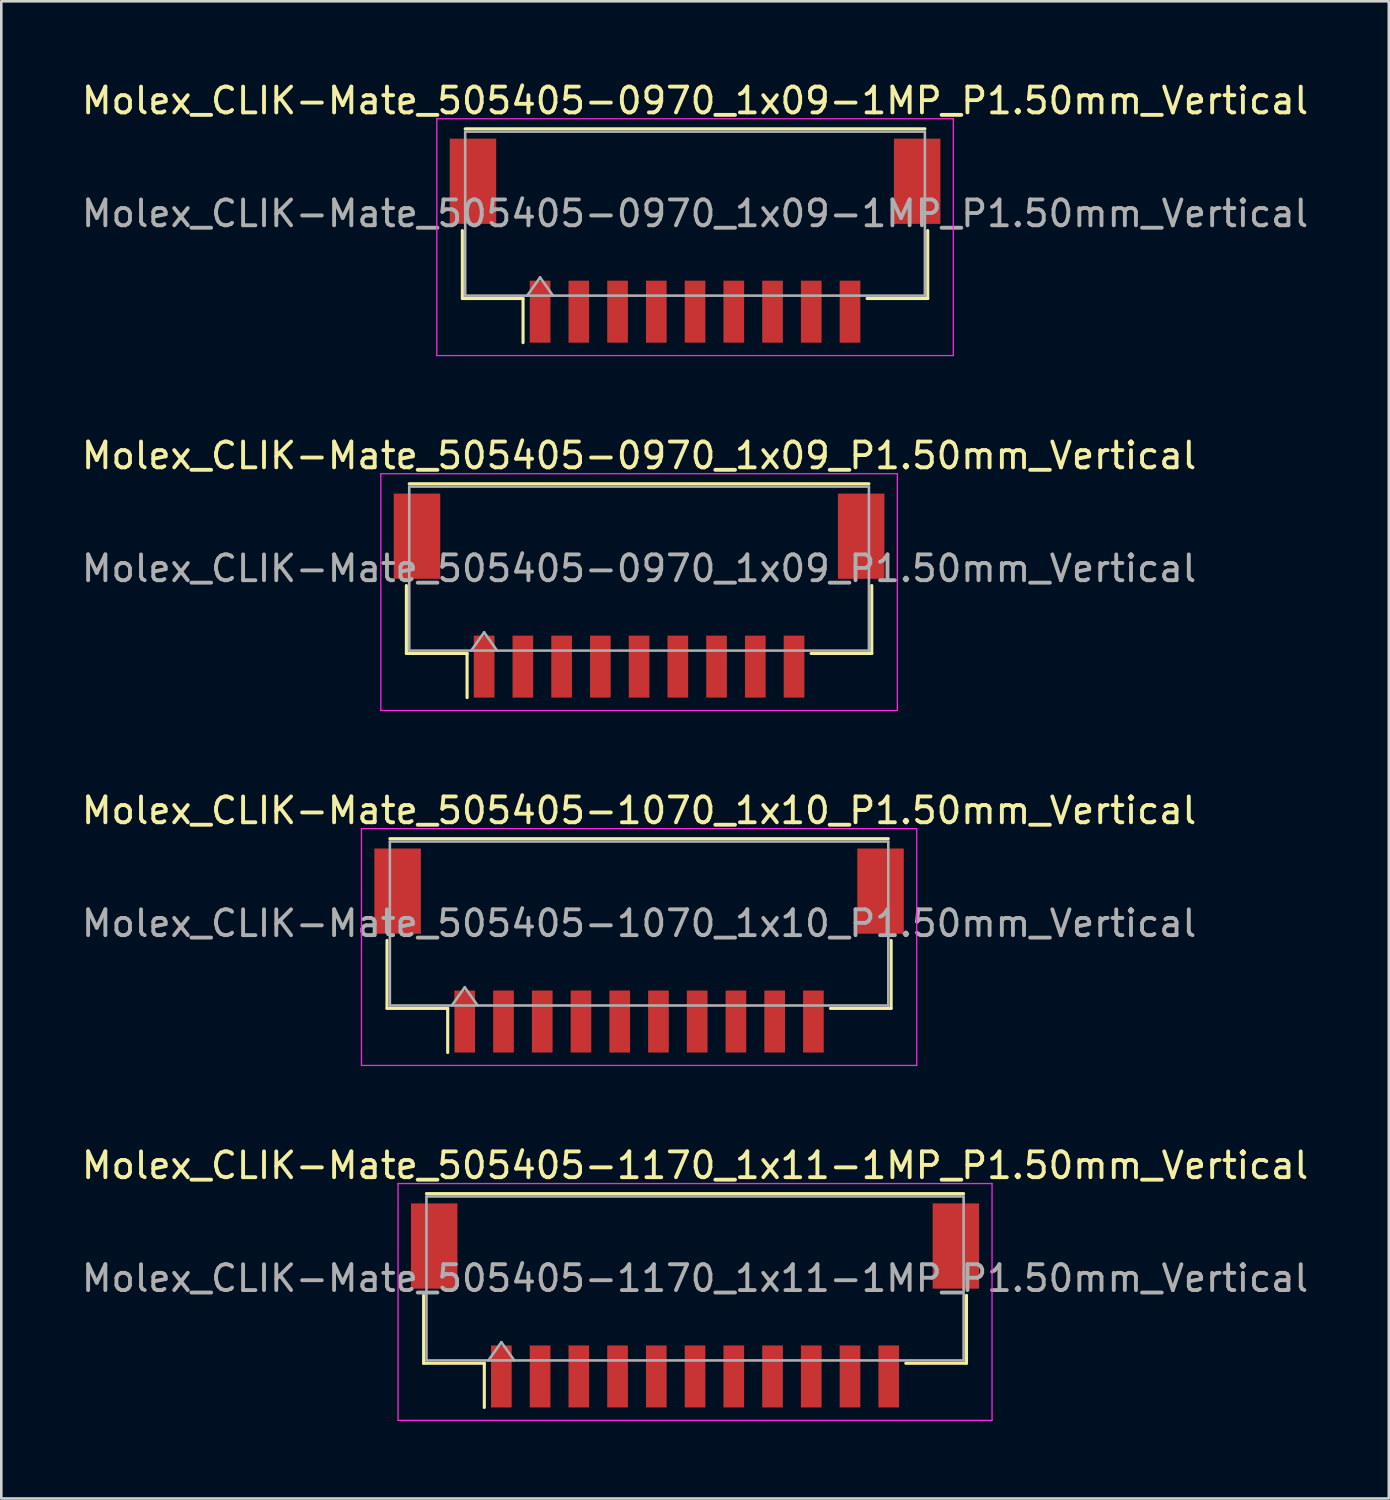
<source format=kicad_pcb>
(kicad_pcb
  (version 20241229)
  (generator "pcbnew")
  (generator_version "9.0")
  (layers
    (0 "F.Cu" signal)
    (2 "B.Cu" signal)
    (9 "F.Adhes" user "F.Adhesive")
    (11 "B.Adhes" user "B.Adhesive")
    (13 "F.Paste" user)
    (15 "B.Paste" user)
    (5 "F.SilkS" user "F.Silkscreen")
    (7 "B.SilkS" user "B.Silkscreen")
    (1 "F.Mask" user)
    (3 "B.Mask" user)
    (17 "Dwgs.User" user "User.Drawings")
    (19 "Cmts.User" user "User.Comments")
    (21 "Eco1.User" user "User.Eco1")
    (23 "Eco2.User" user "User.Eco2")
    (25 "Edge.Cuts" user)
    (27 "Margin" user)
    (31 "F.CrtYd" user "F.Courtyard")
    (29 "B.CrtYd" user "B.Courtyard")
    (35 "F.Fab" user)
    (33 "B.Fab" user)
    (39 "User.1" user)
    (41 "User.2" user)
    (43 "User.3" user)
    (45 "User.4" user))
  (footprint "Molex_CLIK-Mate_505405-0970_1x09-1MP_P1.50mm_Vertical"
    (layer "F.Cu")
    (at 23.863 6.268)
    (property "Reference" "Molex_CLIK-Mate_505405-0970_1x09-1MP_P1.50mm_Vertical" (at 0 -5.42 0) (layer "F.SilkS") (effects (font (size 1 1) (thickness 0.15))))
    (attr smd)
    (fp_line (start -9.01 -0.39) (end -9.01 2.24) (stroke (width 0.12) (type solid)) (layer "F.SilkS"))
    (fp_line (start -9.01 2.24) (end -6.66 2.24) (stroke (width 0.12) (type solid)) (layer "F.SilkS"))
    (fp_line (start -8.9 -4.33) (end 8.9 -4.33) (stroke (width 0.12) (type solid)) (layer "F.SilkS"))
    (fp_line (start -6.66 2.24) (end -6.66 3.95) (stroke (width 0.12) (type solid)) (layer "F.SilkS"))
    (fp_line (start 9.01 -0.39) (end 9.01 2.24) (stroke (width 0.12) (type solid)) (layer "F.SilkS"))
    (fp_line (start 9.01 2.24) (end 6.66 2.24) (stroke (width 0.12) (type solid)) (layer "F.SilkS"))
    (fp_line (start -10 -4.72) (end -10 4.45) (stroke (width 0.05) (type solid)) (layer "F.CrtYd"))
    (fp_line (start -10 4.45) (end 10 4.45) (stroke (width 0.05) (type solid)) (layer "F.CrtYd"))
    (fp_line (start 10 -4.72) (end -10 -4.72) (stroke (width 0.05) (type solid)) (layer "F.CrtYd"))
    (fp_line (start 10 4.45) (end 10 -4.72) (stroke (width 0.05) (type solid)) (layer "F.CrtYd"))
    (fp_line (start -8.9 -4.22) (end 8.9 -4.22) (stroke (width 0.1) (type solid)) (layer "F.Fab"))
    (fp_line (start -8.9 2.13) (end -8.9 -4.22) (stroke (width 0.1) (type solid)) (layer "F.Fab"))
    (fp_line (start -8.9 2.13) (end 8.9 2.13) (stroke (width 0.1) (type solid)) (layer "F.Fab"))
    (fp_line (start -6.5 2.13) (end -6 1.423) (stroke (width 0.1) (type solid)) (layer "F.Fab"))
    (fp_line (start -6 1.423) (end -5.5 2.13) (stroke (width 0.1) (type solid)) (layer "F.Fab"))
    (fp_line (start 8.9 2.13) (end 8.9 -4.22) (stroke (width 0.1) (type solid)) (layer "F.Fab"))
    (fp_text user "${REFERENCE}" (at 0 -1.05 0) (layer "F.Fab") (effects (font (size 1 1) (thickness 0.15))))
    (pad "1" smd rect (at -6 2.75) (size 0.8 2.4) (layers "F.Cu" "F.Mask" "F.Paste"))
    (pad "2" smd rect (at -4.5 2.75) (size 0.8 2.4) (layers "F.Cu" "F.Mask" "F.Paste"))
    (pad "3" smd rect (at -3 2.75) (size 0.8 2.4) (layers "F.Cu" "F.Mask" "F.Paste"))
    (pad "4" smd rect (at -1.5 2.75) (size 0.8 2.4) (layers "F.Cu" "F.Mask" "F.Paste"))
    (pad "5" smd rect (at 0 2.75) (size 0.8 2.4) (layers "F.Cu" "F.Mask" "F.Paste"))
    (pad "6" smd rect (at 1.5 2.75) (size 0.8 2.4) (layers "F.Cu" "F.Mask" "F.Paste"))
    (pad "7" smd rect (at 3 2.75) (size 0.8 2.4) (layers "F.Cu" "F.Mask" "F.Paste"))
    (pad "8" smd rect (at 4.5 2.75) (size 0.8 2.4) (layers "F.Cu" "F.Mask" "F.Paste"))
    (pad "9" smd rect (at 6 2.75) (size 0.8 2.4) (layers "F.Cu" "F.Mask" "F.Paste"))
    (pad "MP" smd rect (at -8.6 -2.3) (size 1.8 3.3) (layers "F.Cu" "F.Mask" "F.Paste"))
    (pad "MP" smd rect (at 8.6 -2.3) (size 1.8 3.3) (layers "F.Cu" "F.Mask" "F.Paste")))
  (footprint "Molex_CLIK-Mate_505405-1170_1x11-1MP_P1.50mm_Vertical"
    (layer "F.Cu")
    (at 23.863 47.498)
    (property "Reference" "Molex_CLIK-Mate_505405-1170_1x11-1MP_P1.50mm_Vertical" (at 0 -5.42 0) (layer "F.SilkS") (effects (font (size 1 1) (thickness 0.15))))
    (attr smd)
    (fp_line (start -10.51 -0.39) (end -10.51 2.24) (stroke (width 0.12) (type solid)) (layer "F.SilkS"))
    (fp_line (start -10.51 2.24) (end -8.16 2.24) (stroke (width 0.12) (type solid)) (layer "F.SilkS"))
    (fp_line (start -10.4 -4.33) (end 10.4 -4.33) (stroke (width 0.12) (type solid)) (layer "F.SilkS"))
    (fp_line (start -8.16 2.24) (end -8.16 3.95) (stroke (width 0.12) (type solid)) (layer "F.SilkS"))
    (fp_line (start 10.51 -0.39) (end 10.51 2.24) (stroke (width 0.12) (type solid)) (layer "F.SilkS"))
    (fp_line (start 10.51 2.24) (end 8.16 2.24) (stroke (width 0.12) (type solid)) (layer "F.SilkS"))
    (fp_line (start -11.5 -4.72) (end -11.5 4.45) (stroke (width 0.05) (type solid)) (layer "F.CrtYd"))
    (fp_line (start -11.5 4.45) (end 11.5 4.45) (stroke (width 0.05) (type solid)) (layer "F.CrtYd"))
    (fp_line (start 11.5 -4.72) (end -11.5 -4.72) (stroke (width 0.05) (type solid)) (layer "F.CrtYd"))
    (fp_line (start 11.5 4.45) (end 11.5 -4.72) (stroke (width 0.05) (type solid)) (layer "F.CrtYd"))
    (fp_line (start -10.4 -4.22) (end 10.4 -4.22) (stroke (width 0.1) (type solid)) (layer "F.Fab"))
    (fp_line (start -10.4 2.13) (end -10.4 -4.22) (stroke (width 0.1) (type solid)) (layer "F.Fab"))
    (fp_line (start -10.4 2.13) (end 10.4 2.13) (stroke (width 0.1) (type solid)) (layer "F.Fab"))
    (fp_line (start -8 2.13) (end -7.5 1.423) (stroke (width 0.1) (type solid)) (layer "F.Fab"))
    (fp_line (start -7.5 1.423) (end -7 2.13) (stroke (width 0.1) (type solid)) (layer "F.Fab"))
    (fp_line (start 10.4 2.13) (end 10.4 -4.22) (stroke (width 0.1) (type solid)) (layer "F.Fab"))
    (fp_text user "${REFERENCE}" (at 0 -1.05 0) (layer "F.Fab") (effects (font (size 1 1) (thickness 0.15))))
    (pad "1" smd rect (at -7.5 2.75) (size 0.8 2.4) (layers "F.Cu" "F.Mask" "F.Paste"))
    (pad "2" smd rect (at -6 2.75) (size 0.8 2.4) (layers "F.Cu" "F.Mask" "F.Paste"))
    (pad "3" smd rect (at -4.5 2.75) (size 0.8 2.4) (layers "F.Cu" "F.Mask" "F.Paste"))
    (pad "4" smd rect (at -3 2.75) (size 0.8 2.4) (layers "F.Cu" "F.Mask" "F.Paste"))
    (pad "5" smd rect (at -1.5 2.75) (size 0.8 2.4) (layers "F.Cu" "F.Mask" "F.Paste"))
    (pad "6" smd rect (at 0 2.75) (size 0.8 2.4) (layers "F.Cu" "F.Mask" "F.Paste"))
    (pad "7" smd rect (at 1.5 2.75) (size 0.8 2.4) (layers "F.Cu" "F.Mask" "F.Paste"))
    (pad "8" smd rect (at 3 2.75) (size 0.8 2.4) (layers "F.Cu" "F.Mask" "F.Paste"))
    (pad "9" smd rect (at 4.5 2.75) (size 0.8 2.4) (layers "F.Cu" "F.Mask" "F.Paste"))
    (pad "10" smd rect (at 6 2.75) (size 0.8 2.4) (layers "F.Cu" "F.Mask" "F.Paste"))
    (pad "11" smd rect (at 7.5 2.75) (size 0.8 2.4) (layers "F.Cu" "F.Mask" "F.Paste"))
    (pad "MP" smd rect (at -10.1 -2.3) (size 1.8 3.3) (layers "F.Cu" "F.Mask" "F.Paste"))
    (pad "MP" smd rect (at 10.1 -2.3) (size 1.8 3.3) (layers "F.Cu" "F.Mask" "F.Paste")))
  (footprint "Molex_CLIK-Mate_505405-1070_1x10_P1.50mm_Vertical"
    (layer "F.Cu")
    (at 21.696 33.755)
    (property "Reference" "Molex_CLIK-Mate_505405-1070_1x10_P1.50mm_Vertical" (at 0 -5.42 0) (layer "F.SilkS") (effects (font (size 1 1) (thickness 0.15))))
    (attr smd)
    (fp_line (start -9.76 -0.39) (end -9.76 2.24) (stroke (width 0.12) (type solid)) (layer "F.SilkS"))
    (fp_line (start -9.76 2.24) (end -7.41 2.24) (stroke (width 0.12) (type solid)) (layer "F.SilkS"))
    (fp_line (start -9.65 -4.33) (end 9.65 -4.33) (stroke (width 0.12) (type solid)) (layer "F.SilkS"))
    (fp_line (start -7.41 2.24) (end -7.41 3.95) (stroke (width 0.12) (type solid)) (layer "F.SilkS"))
    (fp_line (start 9.76 -0.39) (end 9.76 2.24) (stroke (width 0.12) (type solid)) (layer "F.SilkS"))
    (fp_line (start 9.76 2.24) (end 7.41 2.24) (stroke (width 0.12) (type solid)) (layer "F.SilkS"))
    (fp_line (start -10.75 -4.72) (end -10.75 4.45) (stroke (width 0.05) (type solid)) (layer "F.CrtYd"))
    (fp_line (start -10.75 4.45) (end 10.75 4.45) (stroke (width 0.05) (type solid)) (layer "F.CrtYd"))
    (fp_line (start 10.75 -4.72) (end -10.75 -4.72) (stroke (width 0.05) (type solid)) (layer "F.CrtYd"))
    (fp_line (start 10.75 4.45) (end 10.75 -4.72) (stroke (width 0.05) (type solid)) (layer "F.CrtYd"))
    (fp_line (start -9.65 -4.22) (end 9.65 -4.22) (stroke (width 0.1) (type solid)) (layer "F.Fab"))
    (fp_line (start -9.65 2.13) (end -9.65 -4.22) (stroke (width 0.1) (type solid)) (layer "F.Fab"))
    (fp_line (start -9.65 2.13) (end 9.65 2.13) (stroke (width 0.1) (type solid)) (layer "F.Fab"))
    (fp_line (start -7.25 2.13) (end -6.75 1.423) (stroke (width 0.1) (type solid)) (layer "F.Fab"))
    (fp_line (start -6.75 1.423) (end -6.25 2.13) (stroke (width 0.1) (type solid)) (layer "F.Fab"))
    (fp_line (start 9.65 2.13) (end 9.65 -4.22) (stroke (width 0.1) (type solid)) (layer "F.Fab"))
    (fp_text user "${REFERENCE}" (at 0 -1.05 0) (layer "F.Fab") (effects (font (size 1 1) (thickness 0.15))))
    (pad "" smd rect (at -9.35 -2.3) (size 1.8 3.3) (layers "F.Cu" "F.Mask" "F.Paste"))
    (pad "" smd rect (at 9.35 -2.3) (size 1.8 3.3) (layers "F.Cu" "F.Mask" "F.Paste"))
    (pad "1" smd rect (at -6.75 2.75) (size 0.8 2.4) (layers "F.Cu" "F.Mask" "F.Paste"))
    (pad "2" smd rect (at -5.25 2.75) (size 0.8 2.4) (layers "F.Cu" "F.Mask" "F.Paste"))
    (pad "3" smd rect (at -3.75 2.75) (size 0.8 2.4) (layers "F.Cu" "F.Mask" "F.Paste"))
    (pad "4" smd rect (at -2.25 2.75) (size 0.8 2.4) (layers "F.Cu" "F.Mask" "F.Paste"))
    (pad "5" smd rect (at -0.75 2.75) (size 0.8 2.4) (layers "F.Cu" "F.Mask" "F.Paste"))
    (pad "6" smd rect (at 0.75 2.75) (size 0.8 2.4) (layers "F.Cu" "F.Mask" "F.Paste"))
    (pad "7" smd rect (at 2.25 2.75) (size 0.8 2.4) (layers "F.Cu" "F.Mask" "F.Paste"))
    (pad "8" smd rect (at 3.75 2.75) (size 0.8 2.4) (layers "F.Cu" "F.Mask" "F.Paste"))
    (pad "9" smd rect (at 5.25 2.75) (size 0.8 2.4) (layers "F.Cu" "F.Mask" "F.Paste"))
    (pad "10" smd rect (at 6.75 2.75) (size 0.8 2.4) (layers "F.Cu" "F.Mask" "F.Paste")))
  (footprint "Molex_CLIK-Mate_505405-0970_1x09_P1.50mm_Vertical"
    (layer "F.Cu")
    (at 21.696 20.012)
    (property "Reference" "Molex_CLIK-Mate_505405-0970_1x09_P1.50mm_Vertical" (at 0 -5.42 0) (layer "F.SilkS") (effects (font (size 1 1) (thickness 0.15))))
    (attr smd)
    (fp_line (start -9.01 -0.39) (end -9.01 2.24) (stroke (width 0.12) (type solid)) (layer "F.SilkS"))
    (fp_line (start -9.01 2.24) (end -6.66 2.24) (stroke (width 0.12) (type solid)) (layer "F.SilkS"))
    (fp_line (start -8.9 -4.33) (end 8.9 -4.33) (stroke (width 0.12) (type solid)) (layer "F.SilkS"))
    (fp_line (start -6.66 2.24) (end -6.66 3.95) (stroke (width 0.12) (type solid)) (layer "F.SilkS"))
    (fp_line (start 9.01 -0.39) (end 9.01 2.24) (stroke (width 0.12) (type solid)) (layer "F.SilkS"))
    (fp_line (start 9.01 2.24) (end 6.66 2.24) (stroke (width 0.12) (type solid)) (layer "F.SilkS"))
    (fp_line (start -10 -4.72) (end -10 4.45) (stroke (width 0.05) (type solid)) (layer "F.CrtYd"))
    (fp_line (start -10 4.45) (end 10 4.45) (stroke (width 0.05) (type solid)) (layer "F.CrtYd"))
    (fp_line (start 10 -4.72) (end -10 -4.72) (stroke (width 0.05) (type solid)) (layer "F.CrtYd"))
    (fp_line (start 10 4.45) (end 10 -4.72) (stroke (width 0.05) (type solid)) (layer "F.CrtYd"))
    (fp_line (start -8.9 -4.22) (end 8.9 -4.22) (stroke (width 0.1) (type solid)) (layer "F.Fab"))
    (fp_line (start -8.9 2.13) (end -8.9 -4.22) (stroke (width 0.1) (type solid)) (layer "F.Fab"))
    (fp_line (start -8.9 2.13) (end 8.9 2.13) (stroke (width 0.1) (type solid)) (layer "F.Fab"))
    (fp_line (start -6.5 2.13) (end -6 1.423) (stroke (width 0.1) (type solid)) (layer "F.Fab"))
    (fp_line (start -6 1.423) (end -5.5 2.13) (stroke (width 0.1) (type solid)) (layer "F.Fab"))
    (fp_line (start 8.9 2.13) (end 8.9 -4.22) (stroke (width 0.1) (type solid)) (layer "F.Fab"))
    (fp_text user "${REFERENCE}" (at 0 -1.05 0) (layer "F.Fab") (effects (font (size 1 1) (thickness 0.15))))
    (pad "" smd rect (at -8.6 -2.3) (size 1.8 3.3) (layers "F.Cu" "F.Mask" "F.Paste"))
    (pad "" smd rect (at 8.6 -2.3) (size 1.8 3.3) (layers "F.Cu" "F.Mask" "F.Paste"))
    (pad "1" smd rect (at -6 2.75) (size 0.8 2.4) (layers "F.Cu" "F.Mask" "F.Paste"))
    (pad "2" smd rect (at -4.5 2.75) (size 0.8 2.4) (layers "F.Cu" "F.Mask" "F.Paste"))
    (pad "3" smd rect (at -3 2.75) (size 0.8 2.4) (layers "F.Cu" "F.Mask" "F.Paste"))
    (pad "4" smd rect (at -1.5 2.75) (size 0.8 2.4) (layers "F.Cu" "F.Mask" "F.Paste"))
    (pad "5" smd rect (at 0 2.75) (size 0.8 2.4) (layers "F.Cu" "F.Mask" "F.Paste"))
    (pad "6" smd rect (at 1.5 2.75) (size 0.8 2.4) (layers "F.Cu" "F.Mask" "F.Paste"))
    (pad "7" smd rect (at 3 2.75) (size 0.8 2.4) (layers "F.Cu" "F.Mask" "F.Paste"))
    (pad "8" smd rect (at 4.5 2.75) (size 0.8 2.4) (layers "F.Cu" "F.Mask" "F.Paste"))
    (pad "9" smd rect (at 6 2.75) (size 0.8 2.4) (layers "F.Cu" "F.Mask" "F.Paste")))
  (gr_rect
    (start -3 -3)
    (end 50.726 54.973)
    (stroke (width 0.1) (type default))
    (fill no)
    (layer "Edge.Cuts")))
</source>
